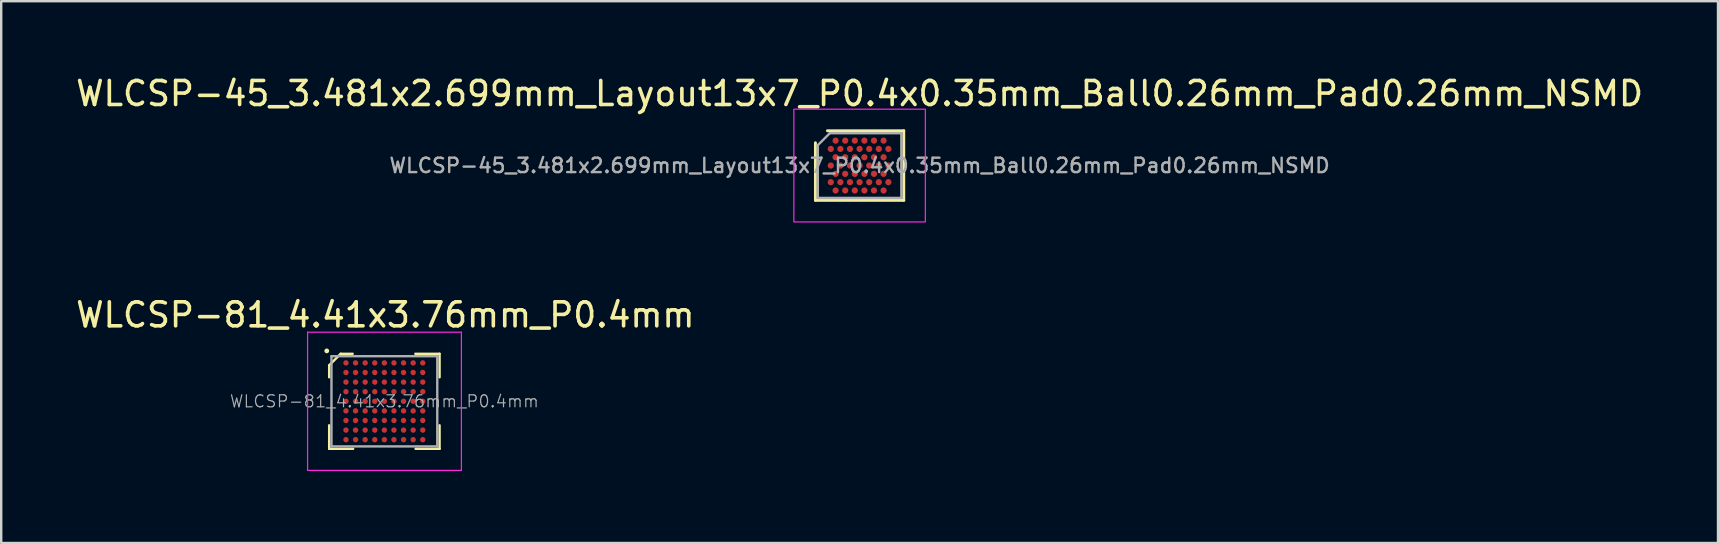
<source format=kicad_pcb>
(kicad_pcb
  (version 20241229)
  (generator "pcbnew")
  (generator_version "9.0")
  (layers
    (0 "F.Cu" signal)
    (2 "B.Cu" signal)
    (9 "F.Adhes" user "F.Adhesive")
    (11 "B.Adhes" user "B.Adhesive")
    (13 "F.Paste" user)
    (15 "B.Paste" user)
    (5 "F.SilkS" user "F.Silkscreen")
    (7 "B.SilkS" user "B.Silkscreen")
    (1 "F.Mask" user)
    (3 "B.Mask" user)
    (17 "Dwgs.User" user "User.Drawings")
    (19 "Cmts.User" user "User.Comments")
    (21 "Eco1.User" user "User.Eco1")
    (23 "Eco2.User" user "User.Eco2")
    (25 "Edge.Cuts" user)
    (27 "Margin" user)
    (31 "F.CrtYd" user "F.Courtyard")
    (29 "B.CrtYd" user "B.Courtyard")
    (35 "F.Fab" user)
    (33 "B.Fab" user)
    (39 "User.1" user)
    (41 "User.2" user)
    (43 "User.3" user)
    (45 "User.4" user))
  (footprint "WLCSP-81_4.41x3.76mm_P0.4mm"
    (layer "F.Cu")
    (at 12.966 13.671)
    (property "Reference" "WLCSP-81_4.41x3.76mm_P0.4mm" (at 0.04 -3.6 0) (layer "F.SilkS") (effects (font (size 1 1) (thickness 0.15))))
    (attr smd)
    (fp_line (start -2.3 -1.5) (end -2.3 -1) (stroke (width 0.1) (type solid)) (layer "F.SilkS"))
    (fp_line (start -2.3 1) (end -2.3 1.98) (stroke (width 0.1) (type solid)) (layer "F.SilkS"))
    (fp_line (start -2.3 1.98) (end -1.3 1.98) (stroke (width 0.1) (type solid)) (layer "F.SilkS"))
    (fp_line (start -1.82 -1.98) (end -2.3 -1.5) (stroke (width 0.1) (type solid)) (layer "F.SilkS"))
    (fp_line (start -1.32 -1.98) (end -1.82 -1.98) (stroke (width 0.1) (type solid)) (layer "F.SilkS"))
    (fp_line (start 1.29 -1.98) (end 2.3 -1.98) (stroke (width 0.1) (type solid)) (layer "F.SilkS"))
    (fp_line (start 2.3 -1.98) (end 2.3 -1) (stroke (width 0.1) (type solid)) (layer "F.SilkS"))
    (fp_line (start 2.3 1) (end 2.3 1.98) (stroke (width 0.1) (type solid)) (layer "F.SilkS"))
    (fp_line (start 2.3 1.98) (end 1.3 1.98) (stroke (width 0.1) (type solid)) (layer "F.SilkS"))
    (fp_circle (center -2.4 -2.1) (end -2.35 -2.1) (stroke (width 0.1) (type solid)) (fill no) (layer "F.SilkS"))
    (fp_line (start -3.2 -2.88) (end -3.2 2.88) (stroke (width 0.05) (type solid)) (layer "F.CrtYd"))
    (fp_line (start -3.2 -2.88) (end 3.21 -2.88) (stroke (width 0.05) (type solid)) (layer "F.CrtYd"))
    (fp_line (start -3.2 2.88) (end 3.21 2.88) (stroke (width 0.05) (type solid)) (layer "F.CrtYd"))
    (fp_line (start 3.21 2.88) (end 3.21 -2.88) (stroke (width 0.05) (type solid)) (layer "F.CrtYd"))
    (fp_line (start -2.204 -1.88) (end -2.204 1.88) (stroke (width 0.1) (type solid)) (layer "F.Fab"))
    (fp_line (start -2.204 -1.88) (end 2.204 -1.88) (stroke (width 0.1) (type solid)) (layer "F.Fab"))
    (fp_line (start -2.204 1.88) (end 2.204 1.88) (stroke (width 0.1) (type solid)) (layer "F.Fab"))
    (fp_line (start 2.204 -1.88) (end 2.204 1.88) (stroke (width 0.1) (type solid)) (layer "F.Fab"))
    (fp_text user "${REFERENCE}" (at 0 0 0) (layer "F.Fab") (effects (font (size 0.5 0.5) (thickness 0.05))))
    (pad "A1" smd circle (at -1.6 -1.6) (size 0.225 0.225) (layers "F.Cu" "F.Mask" "F.Paste"))
    (pad "A2" smd circle (at -1.2 -1.6) (size 0.225 0.225) (layers "F.Cu" "F.Mask" "F.Paste"))
    (pad "A3" smd circle (at -0.8 -1.6) (size 0.225 0.225) (layers "F.Cu" "F.Mask" "F.Paste"))
    (pad "A4" smd circle (at -0.4 -1.6) (size 0.225 0.225) (layers "F.Cu" "F.Mask" "F.Paste"))
    (pad "A5" smd circle (at 0 -1.6) (size 0.225 0.225) (layers "F.Cu" "F.Mask" "F.Paste"))
    (pad "A6" smd circle (at 0.4 -1.6) (size 0.225 0.225) (layers "F.Cu" "F.Mask" "F.Paste"))
    (pad "A7" smd circle (at 0.8 -1.6) (size 0.225 0.225) (layers "F.Cu" "F.Mask" "F.Paste"))
    (pad "A8" smd circle (at 1.2 -1.6) (size 0.225 0.225) (layers "F.Cu" "F.Mask" "F.Paste"))
    (pad "A9" smd circle (at 1.6 -1.6) (size 0.225 0.225) (layers "F.Cu" "F.Mask" "F.Paste"))
    (pad "B1" smd circle (at -1.6 -1.2) (size 0.225 0.225) (layers "F.Cu" "F.Mask" "F.Paste"))
    (pad "B2" smd circle (at -1.2 -1.2) (size 0.225 0.225) (layers "F.Cu" "F.Mask" "F.Paste"))
    (pad "B3" smd circle (at -0.8 -1.2) (size 0.225 0.225) (layers "F.Cu" "F.Mask" "F.Paste"))
    (pad "B4" smd circle (at -0.4 -1.2) (size 0.225 0.225) (layers "F.Cu" "F.Mask" "F.Paste"))
    (pad "B5" smd circle (at 0 -1.2) (size 0.225 0.225) (layers "F.Cu" "F.Mask" "F.Paste"))
    (pad "B6" smd circle (at 0.4 -1.2) (size 0.225 0.225) (layers "F.Cu" "F.Mask" "F.Paste"))
    (pad "B7" smd circle (at 0.8 -1.2) (size 0.225 0.225) (layers "F.Cu" "F.Mask" "F.Paste"))
    (pad "B8" smd circle (at 1.2 -1.2) (size 0.225 0.225) (layers "F.Cu" "F.Mask" "F.Paste"))
    (pad "B9" smd circle (at 1.6 -1.2) (size 0.225 0.225) (layers "F.Cu" "F.Mask" "F.Paste"))
    (pad "C1" smd circle (at -1.6 -0.8) (size 0.225 0.225) (layers "F.Cu" "F.Mask" "F.Paste"))
    (pad "C2" smd circle (at -1.2 -0.8) (size 0.225 0.225) (layers "F.Cu" "F.Mask" "F.Paste"))
    (pad "C3" smd circle (at -0.8 -0.8) (size 0.225 0.225) (layers "F.Cu" "F.Mask" "F.Paste"))
    (pad "C4" smd circle (at -0.4 -0.8) (size 0.225 0.225) (layers "F.Cu" "F.Mask" "F.Paste"))
    (pad "C5" smd circle (at 0 -0.8) (size 0.225 0.225) (layers "F.Cu" "F.Mask" "F.Paste"))
    (pad "C6" smd circle (at 0.4 -0.8) (size 0.225 0.225) (layers "F.Cu" "F.Mask" "F.Paste"))
    (pad "C7" smd circle (at 0.8 -0.8) (size 0.225 0.225) (layers "F.Cu" "F.Mask" "F.Paste"))
    (pad "C8" smd circle (at 1.2 -0.8) (size 0.225 0.225) (layers "F.Cu" "F.Mask" "F.Paste"))
    (pad "C9" smd circle (at 1.6 -0.8) (size 0.225 0.225) (layers "F.Cu" "F.Mask" "F.Paste"))
    (pad "D1" smd circle (at -1.6 -0.4) (size 0.225 0.225) (layers "F.Cu" "F.Mask" "F.Paste"))
    (pad "D2" smd circle (at -1.2 -0.4) (size 0.225 0.225) (layers "F.Cu" "F.Mask" "F.Paste"))
    (pad "D3" smd circle (at -0.8 -0.4) (size 0.225 0.225) (layers "F.Cu" "F.Mask" "F.Paste"))
    (pad "D4" smd circle (at -0.4 -0.4) (size 0.225 0.225) (layers "F.Cu" "F.Mask" "F.Paste"))
    (pad "D5" smd circle (at 0 -0.4) (size 0.225 0.225) (layers "F.Cu" "F.Mask" "F.Paste"))
    (pad "D6" smd circle (at 0.4 -0.4) (size 0.225 0.225) (layers "F.Cu" "F.Mask" "F.Paste"))
    (pad "D7" smd circle (at 0.8 -0.4) (size 0.225 0.225) (layers "F.Cu" "F.Mask" "F.Paste"))
    (pad "D8" smd circle (at 1.2 -0.4) (size 0.225 0.225) (layers "F.Cu" "F.Mask" "F.Paste"))
    (pad "D9" smd circle (at 1.6 -0.4) (size 0.225 0.225) (layers "F.Cu" "F.Mask" "F.Paste"))
    (pad "E1" smd circle (at -1.6 0) (size 0.225 0.225) (layers "F.Cu" "F.Mask" "F.Paste"))
    (pad "E2" smd circle (at -1.2 0) (size 0.225 0.225) (layers "F.Cu" "F.Mask" "F.Paste"))
    (pad "E3" smd circle (at -0.8 0) (size 0.225 0.225) (layers "F.Cu" "F.Mask" "F.Paste"))
    (pad "E4" smd circle (at -0.4 0) (size 0.225 0.225) (layers "F.Cu" "F.Mask" "F.Paste"))
    (pad "E5" smd circle (at 0 0) (size 0.225 0.225) (layers "F.Cu" "F.Mask" "F.Paste"))
    (pad "E6" smd circle (at 0.4 0) (size 0.225 0.225) (layers "F.Cu" "F.Mask" "F.Paste"))
    (pad "E7" smd circle (at 0.8 0) (size 0.225 0.225) (layers "F.Cu" "F.Mask" "F.Paste"))
    (pad "E8" smd circle (at 1.2 0) (size 0.225 0.225) (layers "F.Cu" "F.Mask" "F.Paste"))
    (pad "E9" smd circle (at 1.6 0) (size 0.225 0.225) (layers "F.Cu" "F.Mask" "F.Paste"))
    (pad "F1" smd circle (at -1.6 0.4) (size 0.225 0.225) (layers "F.Cu" "F.Mask" "F.Paste"))
    (pad "F2" smd circle (at -1.2 0.4) (size 0.225 0.225) (layers "F.Cu" "F.Mask" "F.Paste"))
    (pad "F3" smd circle (at -0.8 0.4) (size 0.225 0.225) (layers "F.Cu" "F.Mask" "F.Paste"))
    (pad "F4" smd circle (at -0.4 0.4) (size 0.225 0.225) (layers "F.Cu" "F.Mask" "F.Paste"))
    (pad "F5" smd circle (at 0 0.4) (size 0.225 0.225) (layers "F.Cu" "F.Mask" "F.Paste"))
    (pad "F6" smd circle (at 0.4 0.4) (size 0.225 0.225) (layers "F.Cu" "F.Mask" "F.Paste"))
    (pad "F7" smd circle (at 0.8 0.4) (size 0.225 0.225) (layers "F.Cu" "F.Mask" "F.Paste"))
    (pad "F8" smd circle (at 1.2 0.4) (size 0.225 0.225) (layers "F.Cu" "F.Mask" "F.Paste"))
    (pad "F9" smd circle (at 1.6 0.4) (size 0.225 0.225) (layers "F.Cu" "F.Mask" "F.Paste"))
    (pad "G1" smd circle (at -1.6 0.8) (size 0.225 0.225) (layers "F.Cu" "F.Mask" "F.Paste"))
    (pad "G2" smd circle (at -1.2 0.8) (size 0.225 0.225) (layers "F.Cu" "F.Mask" "F.Paste"))
    (pad "G3" smd circle (at -0.8 0.8) (size 0.225 0.225) (layers "F.Cu" "F.Mask" "F.Paste"))
    (pad "G4" smd circle (at -0.4 0.8) (size 0.225 0.225) (layers "F.Cu" "F.Mask" "F.Paste"))
    (pad "G5" smd circle (at 0 0.8) (size 0.225 0.225) (layers "F.Cu" "F.Mask" "F.Paste"))
    (pad "G6" smd circle (at 0.4 0.8) (size 0.225 0.225) (layers "F.Cu" "F.Mask" "F.Paste"))
    (pad "G7" smd circle (at 0.8 0.8) (size 0.225 0.225) (layers "F.Cu" "F.Mask" "F.Paste"))
    (pad "G8" smd circle (at 1.2 0.8) (size 0.225 0.225) (layers "F.Cu" "F.Mask" "F.Paste"))
    (pad "G9" smd circle (at 1.6 0.8) (size 0.225 0.225) (layers "F.Cu" "F.Mask" "F.Paste"))
    (pad "H1" smd circle (at -1.6 1.2) (size 0.225 0.225) (layers "F.Cu" "F.Mask" "F.Paste"))
    (pad "H2" smd circle (at -1.2 1.2) (size 0.225 0.225) (layers "F.Cu" "F.Mask" "F.Paste"))
    (pad "H3" smd circle (at -0.8 1.2) (size 0.225 0.225) (layers "F.Cu" "F.Mask" "F.Paste"))
    (pad "H4" smd circle (at -0.4 1.2) (size 0.225 0.225) (layers "F.Cu" "F.Mask" "F.Paste"))
    (pad "H5" smd circle (at 0 1.2) (size 0.225 0.225) (layers "F.Cu" "F.Mask" "F.Paste"))
    (pad "H6" smd circle (at 0.4 1.2) (size 0.225 0.225) (layers "F.Cu" "F.Mask" "F.Paste"))
    (pad "H7" smd circle (at 0.8 1.2) (size 0.225 0.225) (layers "F.Cu" "F.Mask" "F.Paste"))
    (pad "H8" smd circle (at 1.2 1.2) (size 0.225 0.225) (layers "F.Cu" "F.Mask" "F.Paste"))
    (pad "H9" smd circle (at 1.6 1.2) (size 0.225 0.225) (layers "F.Cu" "F.Mask" "F.Paste"))
    (pad "J1" smd circle (at -1.6 1.6) (size 0.225 0.225) (layers "F.Cu" "F.Mask" "F.Paste"))
    (pad "J2" smd circle (at -1.2 1.6) (size 0.225 0.225) (layers "F.Cu" "F.Mask" "F.Paste"))
    (pad "J3" smd circle (at -0.8 1.6) (size 0.225 0.225) (layers "F.Cu" "F.Mask" "F.Paste"))
    (pad "J4" smd circle (at -0.4 1.6) (size 0.225 0.225) (layers "F.Cu" "F.Mask" "F.Paste"))
    (pad "J5" smd circle (at 0 1.6) (size 0.225 0.225) (layers "F.Cu" "F.Mask" "F.Paste"))
    (pad "J6" smd circle (at 0.4 1.6) (size 0.225 0.225) (layers "F.Cu" "F.Mask" "F.Paste"))
    (pad "J7" smd circle (at 0.8 1.6) (size 0.225 0.225) (layers "F.Cu" "F.Mask" "F.Paste"))
    (pad "J8" smd circle (at 1.2 1.6) (size 0.225 0.225) (layers "F.Cu" "F.Mask" "F.Paste"))
    (pad "J9" smd circle (at 1.6 1.6) (size 0.225 0.225) (layers "F.Cu" "F.Mask" "F.Paste")))
  (footprint "WLCSP-45_3.481x2.699mm_Layout13x7_P0.4x0.35mm_Ball0.26mm_Pad0.26mm_NSMD"
    (layer "F.Cu")
    (at 32.768 3.848)
    (property "Reference" "WLCSP-45_3.481x2.699mm_Layout13x7_P0.4x0.35mm_Ball0.26mm_Pad0.26mm_NSMD" (at 0 -3 0) (unlocked yes) (layer "F.SilkS") (effects (font (size 1 1) (thickness 0.15))))
    (attr smd)
    (fp_line (start -1.841 -0.95) (end -1.841 1.45) (stroke (width 0.12) (type solid)) (layer "F.SilkS"))
    (fp_line (start -1.841 1.45) (end 1.841 1.45) (stroke (width 0.12) (type solid)) (layer "F.SilkS"))
    (fp_line (start -1.341 -1.45) (end 1.841 -1.45) (stroke (width 0.12) (type solid)) (layer "F.SilkS"))
    (fp_line (start 1.841 1.45) (end 1.841 -1.45) (stroke (width 0.12) (type solid)) (layer "F.SilkS"))
    (fp_rect (start -2.74 -2.349) (end 2.74 2.349) (stroke (width 0.05) (type solid)) (fill no) (layer "F.CrtYd"))
    (fp_line (start -1.74 -0.85) (end -1.74 1.349) (stroke (width 0.1) (type solid)) (layer "F.Fab"))
    (fp_line (start -1.74 1.349) (end 1.74 1.349) (stroke (width 0.1) (type solid)) (layer "F.Fab"))
    (fp_line (start -1.24 -1.349) (end -1.74 -0.85) (stroke (width 0.1) (type solid)) (layer "F.Fab"))
    (fp_line (start -1.24 -1.349) (end 1.74 -1.349) (stroke (width 0.1) (type solid)) (layer "F.Fab"))
    (fp_line (start 1.74 -1.349) (end 1.74 1.349) (stroke (width 0.1) (type solid)) (layer "F.Fab"))
    (fp_text user "${REFERENCE}" (at 0 0 0) (unlocked yes) (layer "F.Fab") (effects (font (size 0.6 0.6) (thickness 0.1))))
    (pad "A2" smd circle (at -1 -1.039) (size 0.26 0.26) (layers "F.Cu" "F.Mask" "F.Paste"))
    (pad "A4" smd circle (at -0.6 -1.039) (size 0.26 0.26) (layers "F.Cu" "F.Mask" "F.Paste"))
    (pad "A6" smd circle (at -0.2 -1.039) (size 0.26 0.26) (layers "F.Cu" "F.Mask" "F.Paste"))
    (pad "A8" smd circle (at 0.2 -1.039) (size 0.26 0.26) (layers "F.Cu" "F.Mask" "F.Paste"))
    (pad "A10" smd circle (at 0.6 -1.039) (size 0.26 0.26) (layers "F.Cu" "F.Mask" "F.Paste"))
    (pad "A12" smd circle (at 1 -1.039) (size 0.26 0.26) (layers "F.Cu" "F.Mask" "F.Paste"))
    (pad "B1" smd circle (at -1.2 -0.693) (size 0.26 0.26) (layers "F.Cu" "F.Mask" "F.Paste"))
    (pad "B3" smd circle (at -0.8 -0.693) (size 0.26 0.26) (layers "F.Cu" "F.Mask" "F.Paste"))
    (pad "B5" smd circle (at -0.4 -0.693) (size 0.26 0.26) (layers "F.Cu" "F.Mask" "F.Paste"))
    (pad "B7" smd circle (at 0 -0.693) (size 0.26 0.26) (layers "F.Cu" "F.Mask" "F.Paste"))
    (pad "B9" smd circle (at 0.4 -0.693) (size 0.26 0.26) (layers "F.Cu" "F.Mask" "F.Paste"))
    (pad "B11" smd circle (at 0.8 -0.693) (size 0.26 0.26) (layers "F.Cu" "F.Mask" "F.Paste"))
    (pad "B13" smd circle (at 1.2 -0.693) (size 0.26 0.26) (layers "F.Cu" "F.Mask" "F.Paste"))
    (pad "C2" smd circle (at -1 -0.346) (size 0.26 0.26) (layers "F.Cu" "F.Mask" "F.Paste"))
    (pad "C4" smd circle (at -0.6 -0.346) (size 0.26 0.26) (layers "F.Cu" "F.Mask" "F.Paste"))
    (pad "C6" smd circle (at -0.2 -0.346) (size 0.26 0.26) (layers "F.Cu" "F.Mask" "F.Paste"))
    (pad "C8" smd circle (at 0.2 -0.346) (size 0.26 0.26) (layers "F.Cu" "F.Mask" "F.Paste"))
    (pad "C10" smd circle (at 0.6 -0.346) (size 0.26 0.26) (layers "F.Cu" "F.Mask" "F.Paste"))
    (pad "C12" smd circle (at 1 -0.346) (size 0.26 0.26) (layers "F.Cu" "F.Mask" "F.Paste"))
    (pad "D1" smd circle (at -1.2 0) (size 0.26 0.26) (layers "F.Cu" "F.Mask" "F.Paste"))
    (pad "D3" smd circle (at -0.8 0) (size 0.26 0.26) (layers "F.Cu" "F.Mask" "F.Paste"))
    (pad "D5" smd circle (at -0.4 0) (size 0.26 0.26) (layers "F.Cu" "F.Mask" "F.Paste"))
    (pad "D7" smd circle (at 0 0) (size 0.26 0.26) (layers "F.Cu" "F.Mask" "F.Paste"))
    (pad "D9" smd circle (at 0.4 0) (size 0.26 0.26) (layers "F.Cu" "F.Mask" "F.Paste"))
    (pad "D11" smd circle (at 0.8 0) (size 0.26 0.26) (layers "F.Cu" "F.Mask" "F.Paste"))
    (pad "D13" smd circle (at 1.2 0) (size 0.26 0.26) (layers "F.Cu" "F.Mask" "F.Paste"))
    (pad "E2" smd circle (at -1 0.346) (size 0.26 0.26) (layers "F.Cu" "F.Mask" "F.Paste"))
    (pad "E4" smd circle (at -0.6 0.346) (size 0.26 0.26) (layers "F.Cu" "F.Mask" "F.Paste"))
    (pad "E6" smd circle (at -0.2 0.346) (size 0.26 0.26) (layers "F.Cu" "F.Mask" "F.Paste"))
    (pad "E8" smd circle (at 0.2 0.346) (size 0.26 0.26) (layers "F.Cu" "F.Mask" "F.Paste"))
    (pad "E10" smd circle (at 0.6 0.346) (size 0.26 0.26) (layers "F.Cu" "F.Mask" "F.Paste"))
    (pad "E12" smd circle (at 1 0.346) (size 0.26 0.26) (layers "F.Cu" "F.Mask" "F.Paste"))
    (pad "F1" smd circle (at -1.2 0.693) (size 0.26 0.26) (layers "F.Cu" "F.Mask" "F.Paste"))
    (pad "F3" smd circle (at -0.8 0.693) (size 0.26 0.26) (layers "F.Cu" "F.Mask" "F.Paste"))
    (pad "F5" smd circle (at -0.4 0.693) (size 0.26 0.26) (layers "F.Cu" "F.Mask" "F.Paste"))
    (pad "F7" smd circle (at 0 0.693) (size 0.26 0.26) (layers "F.Cu" "F.Mask" "F.Paste"))
    (pad "F9" smd circle (at 0.4 0.693) (size 0.26 0.26) (layers "F.Cu" "F.Mask" "F.Paste"))
    (pad "F11" smd circle (at 0.8 0.693) (size 0.26 0.26) (layers "F.Cu" "F.Mask" "F.Paste"))
    (pad "F13" smd circle (at 1.2 0.693) (size 0.26 0.26) (layers "F.Cu" "F.Mask" "F.Paste"))
    (pad "G2" smd circle (at -1 1.039) (size 0.26 0.26) (layers "F.Cu" "F.Mask" "F.Paste"))
    (pad "G4" smd circle (at -0.6 1.039) (size 0.26 0.26) (layers "F.Cu" "F.Mask" "F.Paste"))
    (pad "G6" smd circle (at -0.2 1.039) (size 0.26 0.26) (layers "F.Cu" "F.Mask" "F.Paste"))
    (pad "G8" smd circle (at 0.2 1.039) (size 0.26 0.26) (layers "F.Cu" "F.Mask" "F.Paste"))
    (pad "G10" smd circle (at 0.6 1.039) (size 0.26 0.26) (layers "F.Cu" "F.Mask" "F.Paste"))
    (pad "G12" smd circle (at 1 1.039) (size 0.26 0.26) (layers "F.Cu" "F.Mask" "F.Paste")))
  (gr_rect
    (start -3 -3)
    (end 68.536 19.576)
    (stroke (width 0.1) (type default))
    (fill no)
    (layer "Edge.Cuts")))
</source>
